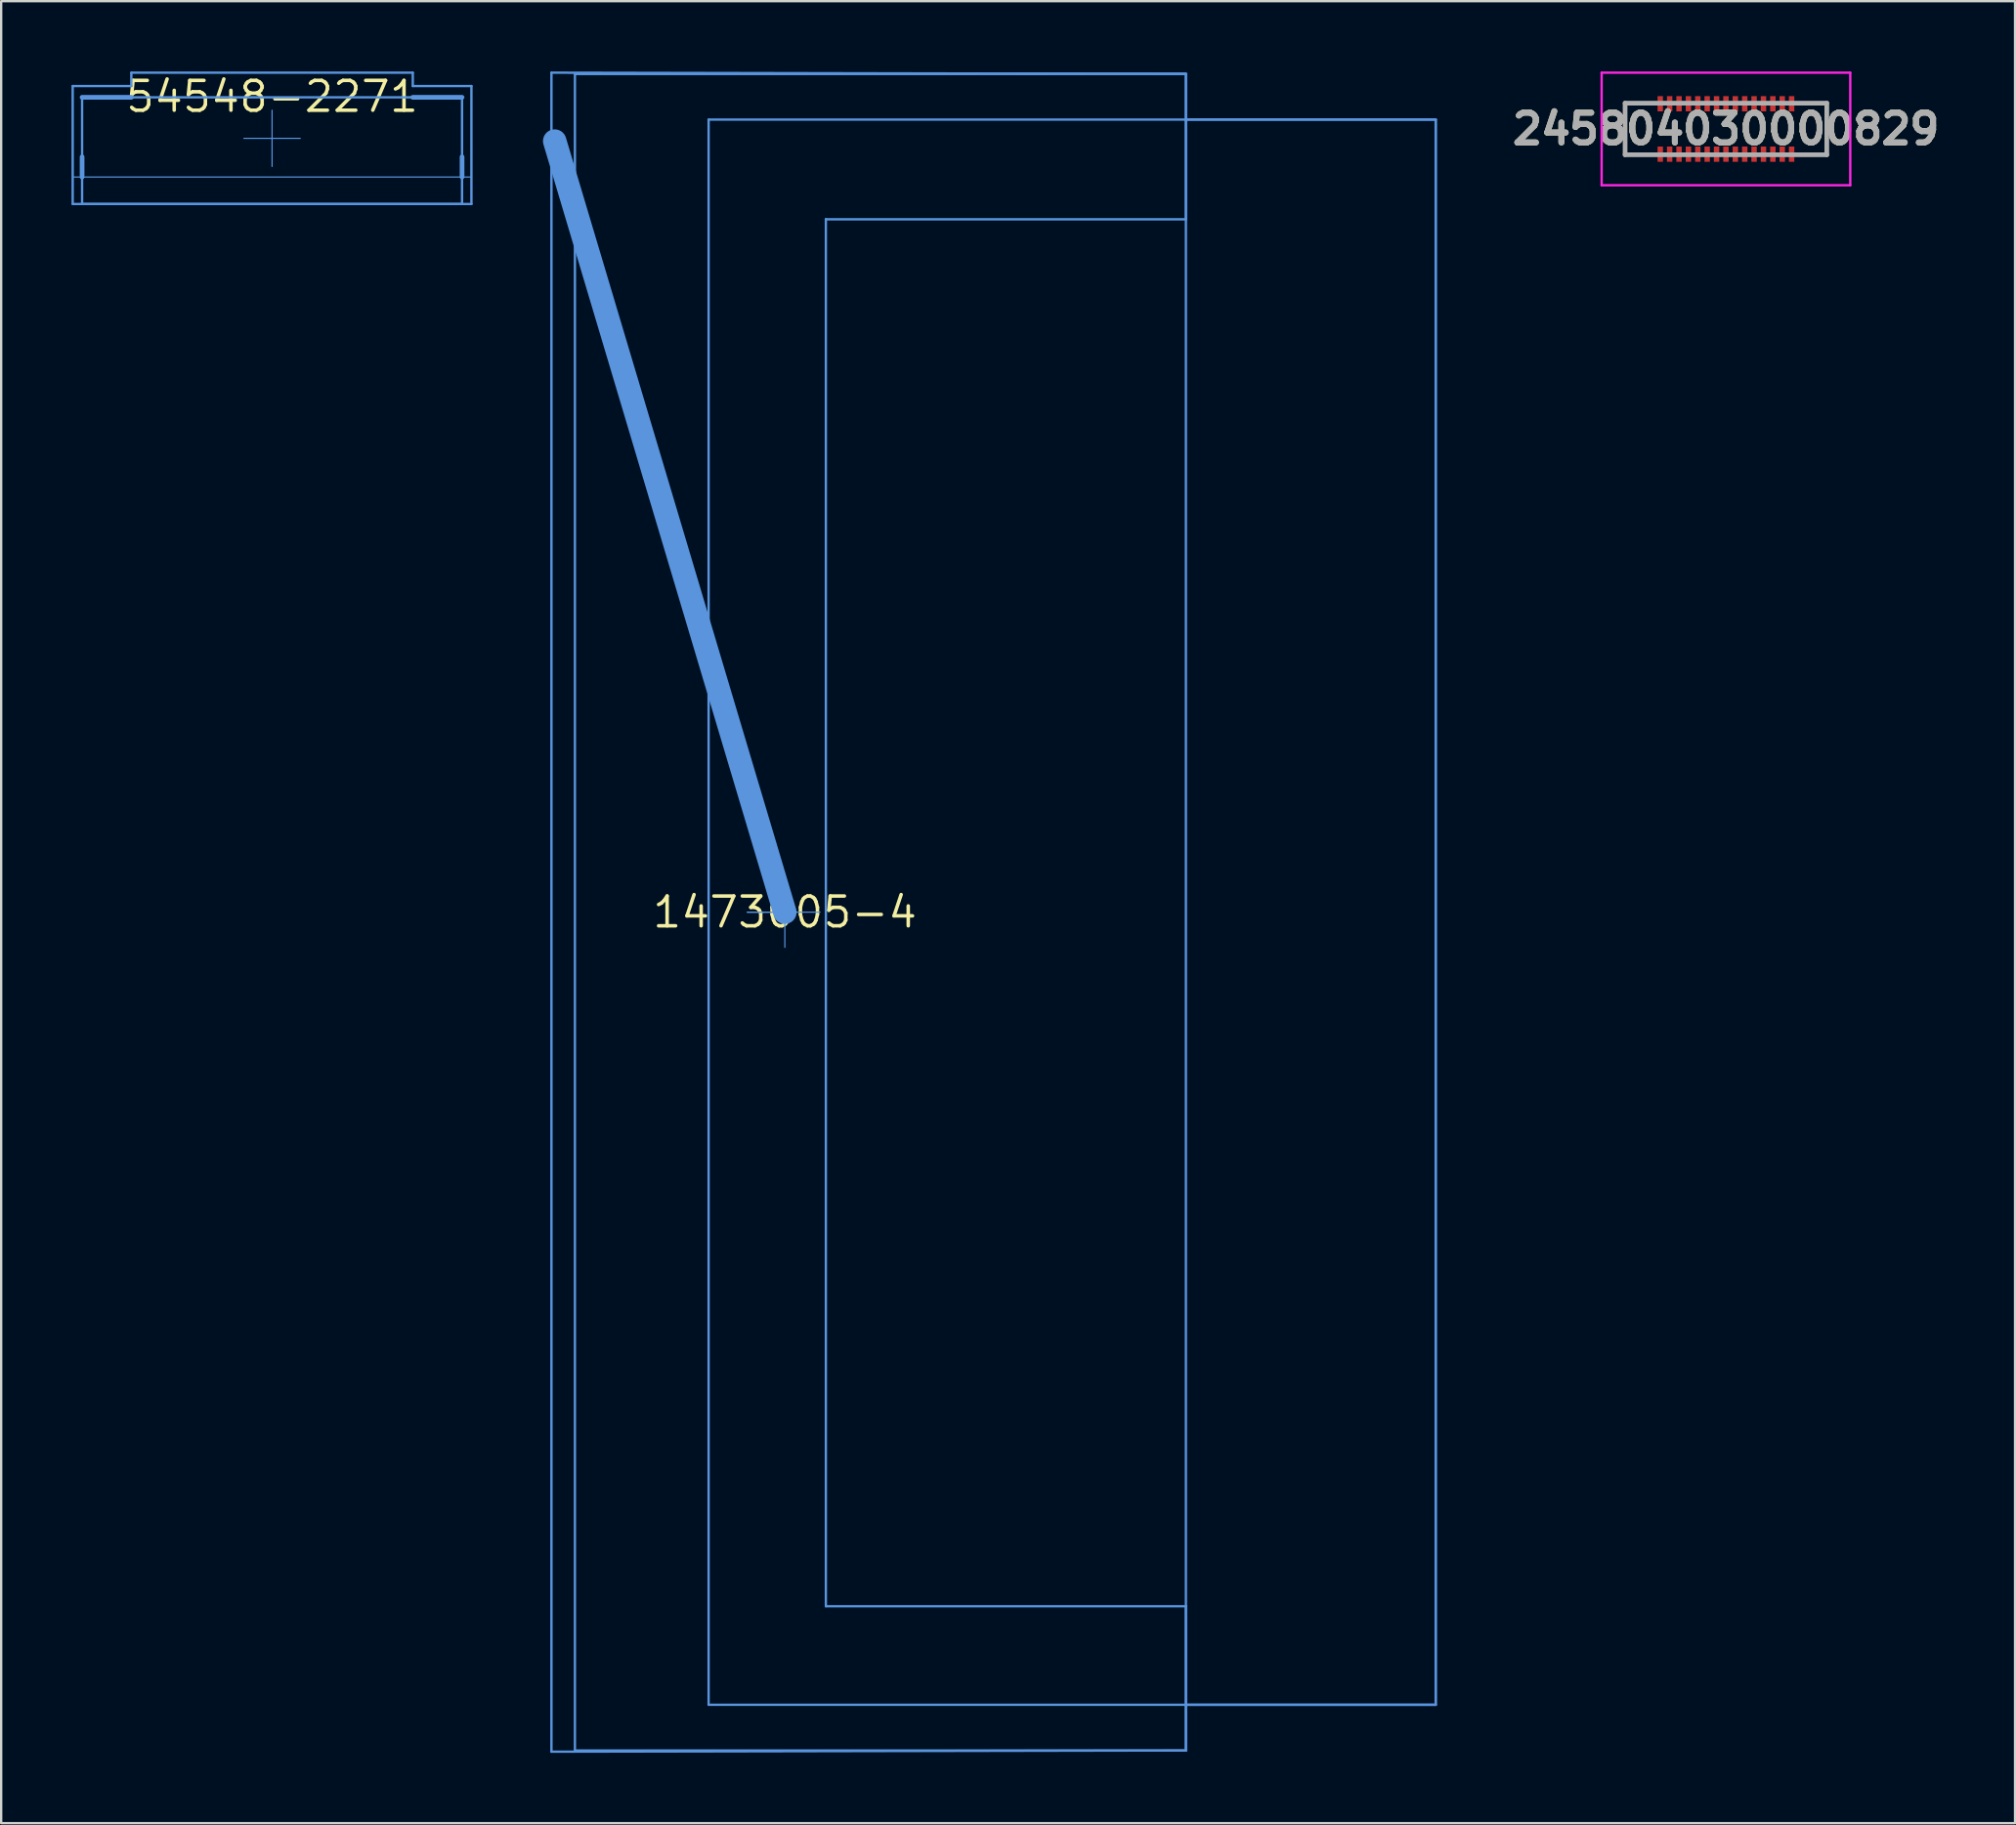
<source format=kicad_pcb>
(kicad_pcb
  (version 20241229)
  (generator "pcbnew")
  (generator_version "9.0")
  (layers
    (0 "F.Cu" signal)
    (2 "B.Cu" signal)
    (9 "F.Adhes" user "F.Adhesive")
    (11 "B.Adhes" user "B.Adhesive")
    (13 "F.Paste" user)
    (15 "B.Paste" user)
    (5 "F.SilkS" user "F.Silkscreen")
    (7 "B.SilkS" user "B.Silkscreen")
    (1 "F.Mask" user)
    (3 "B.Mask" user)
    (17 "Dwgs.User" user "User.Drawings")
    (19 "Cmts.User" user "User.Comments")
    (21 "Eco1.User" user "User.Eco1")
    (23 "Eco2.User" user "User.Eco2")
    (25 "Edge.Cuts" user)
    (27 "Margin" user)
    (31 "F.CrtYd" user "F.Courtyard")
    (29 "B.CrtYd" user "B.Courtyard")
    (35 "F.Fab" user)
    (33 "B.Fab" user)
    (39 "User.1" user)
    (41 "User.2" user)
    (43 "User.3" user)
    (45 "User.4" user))
  (footprint "245804030000829"
    (layer "F.Cu")
    (at 70.537 2.45)
    (property "Reference" "245804030000829" (at 0 0 0) (layer "F.SilkS") (effects (font (size 1.27 1.27) (thickness 0.254))))
    (attr smd)
    (fp_line (start -4.3 -1.1) (end -4.3 1.075) (stroke (width 0.1) (type solid)) (layer "F.SilkS"))
    (fp_line (start -4.3 1.075) (end -3.2 1.075) (stroke (width 0.1) (type solid)) (layer "F.SilkS"))
    (fp_line (start -3.2 -1.1) (end -4.3 -1.1) (stroke (width 0.1) (type solid)) (layer "F.SilkS"))
    (fp_line (start 3.2 -1.1) (end 4.3 -1.1) (stroke (width 0.1) (type solid)) (layer "F.SilkS"))
    (fp_line (start 4.3 -1.1) (end 4.3 1.075) (stroke (width 0.1) (type solid)) (layer "F.SilkS"))
    (fp_line (start 4.3 1.075) (end 3.2 1.1) (stroke (width 0.1) (type solid)) (layer "F.SilkS"))
    (fp_line (start -5.3 -2.4) (end 5.3 -2.4) (stroke (width 0.1) (type solid)) (layer "F.CrtYd"))
    (fp_line (start -5.3 2.4) (end -5.3 -2.4) (stroke (width 0.1) (type solid)) (layer "F.CrtYd"))
    (fp_line (start 5.3 -2.4) (end 5.3 2.4) (stroke (width 0.1) (type solid)) (layer "F.CrtYd"))
    (fp_line (start 5.3 2.4) (end -5.3 2.4) (stroke (width 0.1) (type solid)) (layer "F.CrtYd"))
    (fp_line (start -4.3 -1.1) (end 4.3 -1.1) (stroke (width 0.2) (type solid)) (layer "F.Fab"))
    (fp_line (start -4.3 1.1) (end -4.3 -1.1) (stroke (width 0.2) (type solid)) (layer "F.Fab"))
    (fp_line (start 4.3 -1.1) (end 4.3 1.1) (stroke (width 0.2) (type solid)) (layer "F.Fab"))
    (fp_line (start 4.3 1.1) (end -4.3 1.1) (stroke (width 0.2) (type solid)) (layer "F.Fab"))
    (fp_text user "${REFERENCE}" (at 0 0 0) (layer "F.Fab") (effects (font (size 1.27 1.27) (thickness 0.254))))
    (pad "1" smd rect (at -2.8 1.075) (size 0.23 0.65) (layers "F.Cu" "F.Mask" "F.Paste"))
    (pad "2" smd rect (at -2.8 -1.075) (size 0.23 0.65) (layers "F.Cu" "F.Mask" "F.Paste"))
    (pad "3" smd rect (at -2.4 1.075) (size 0.23 0.65) (layers "F.Cu" "F.Mask" "F.Paste"))
    (pad "4" smd rect (at -2.4 -1.075) (size 0.23 0.65) (layers "F.Cu" "F.Mask" "F.Paste"))
    (pad "5" smd rect (at -2 1.075) (size 0.23 0.65) (layers "F.Cu" "F.Mask" "F.Paste"))
    (pad "6" smd rect (at -2 -1.075) (size 0.23 0.65) (layers "F.Cu" "F.Mask" "F.Paste"))
    (pad "7" smd rect (at -1.6 1.075) (size 0.23 0.65) (layers "F.Cu" "F.Mask" "F.Paste"))
    (pad "8" smd rect (at -1.6 -1.075) (size 0.23 0.65) (layers "F.Cu" "F.Mask" "F.Paste"))
    (pad "9" smd rect (at -1.2 1.075) (size 0.23 0.65) (layers "F.Cu" "F.Mask" "F.Paste"))
    (pad "10" smd rect (at -1.2 -1.075) (size 0.23 0.65) (layers "F.Cu" "F.Mask" "F.Paste"))
    (pad "11" smd rect (at -0.8 1.075) (size 0.23 0.65) (layers "F.Cu" "F.Mask" "F.Paste"))
    (pad "12" smd rect (at -0.8 -1.075) (size 0.23 0.65) (layers "F.Cu" "F.Mask" "F.Paste"))
    (pad "13" smd rect (at -0.4 1.075) (size 0.23 0.65) (layers "F.Cu" "F.Mask" "F.Paste"))
    (pad "14" smd rect (at -0.4 -1.075) (size 0.23 0.65) (layers "F.Cu" "F.Mask" "F.Paste"))
    (pad "15" smd rect (at 0 1.075) (size 0.23 0.65) (layers "F.Cu" "F.Mask" "F.Paste"))
    (pad "16" smd rect (at 0 -1.075) (size 0.23 0.65) (layers "F.Cu" "F.Mask" "F.Paste"))
    (pad "17" smd rect (at 0.4 1.075) (size 0.23 0.65) (layers "F.Cu" "F.Mask" "F.Paste"))
    (pad "18" smd rect (at 0.4 -1.075) (size 0.23 0.65) (layers "F.Cu" "F.Mask" "F.Paste"))
    (pad "19" smd rect (at 0.8 1.075) (size 0.23 0.65) (layers "F.Cu" "F.Mask" "F.Paste"))
    (pad "20" smd rect (at 0.8 -1.075) (size 0.23 0.65) (layers "F.Cu" "F.Mask" "F.Paste"))
    (pad "21" smd rect (at 1.2 1.075) (size 0.23 0.65) (layers "F.Cu" "F.Mask" "F.Paste"))
    (pad "22" smd rect (at 1.2 -1.075) (size 0.23 0.65) (layers "F.Cu" "F.Mask" "F.Paste"))
    (pad "23" smd rect (at 1.6 1.075) (size 0.23 0.65) (layers "F.Cu" "F.Mask" "F.Paste"))
    (pad "24" smd rect (at 1.6 -1.075) (size 0.23 0.65) (layers "F.Cu" "F.Mask" "F.Paste"))
    (pad "25" smd rect (at 2 1.075) (size 0.23 0.65) (layers "F.Cu" "F.Mask" "F.Paste"))
    (pad "26" smd rect (at 2 -1.075) (size 0.23 0.65) (layers "F.Cu" "F.Mask" "F.Paste"))
    (pad "27" smd rect (at 2.4 1.075) (size 0.23 0.65) (layers "F.Cu" "F.Mask" "F.Paste"))
    (pad "28" smd rect (at 2.4 -1.075) (size 0.23 0.65) (layers "F.Cu" "F.Mask" "F.Paste"))
    (pad "29" smd rect (at 2.8 1.075) (size 0.23 0.65) (layers "F.Cu" "F.Mask" "F.Paste"))
    (pad "30" smd rect (at 2.8 -1.075) (size 0.23 0.65) (layers "F.Cu" "F.Mask" "F.Paste")))
  (footprint "54548-2271"
    (layer "F.Cu")
    (at 8.55 1.069)
    (property "Reference" "54548-2271" (at 0 0 0) (layer "F.SilkS") (effects (font (size 1.27 1.27) (thickness 0.15))))
    (attr through_hole)
    (fp_line (start -8.5 -0.45) (end -6 -0.45) (stroke (width 0.05) (type solid)) (layer "Cmts.User"))
    (fp_line (start -8.5 -0.45) (end -6 -0.45) (stroke (width 0.1) (type solid)) (layer "Cmts.User"))
    (fp_line (start -8.5 3.431) (end 8.5 3.431) (stroke (width 0.05) (type solid)) (layer "Cmts.User"))
    (fp_line (start -8.5 4.581) (end -8.5 -0.45) (stroke (width 0.05) (type solid)) (layer "Cmts.User"))
    (fp_line (start -8.5 4.581) (end -8.5 -0.45) (stroke (width 0.1) (type solid)) (layer "Cmts.User"))
    (fp_line (start -8.5 4.581) (end 8.5 4.581) (stroke (width 0.05) (type solid)) (layer "Cmts.User"))
    (fp_line (start -8.5 4.581) (end 8.5 4.581) (stroke (width 0.1) (type solid)) (layer "Cmts.User"))
    (fp_line (start -8.1 0.031) (end -6 0.031) (stroke (width 0.2) (type solid)) (layer "Cmts.User"))
    (fp_line (start -8.1 0.031) (end 8.1 0.031) (stroke (width 0.1) (type solid)) (layer "Cmts.User"))
    (fp_line (start -8.1 3.431) (end -8.1 2.571) (stroke (width 0.2) (type solid)) (layer "Cmts.User"))
    (fp_line (start -8.1 4.581) (end -8.1 0.031) (stroke (width 0.1) (type solid)) (layer "Cmts.User"))
    (fp_line (start -8.1 4.581) (end 8.1 4.581) (stroke (width 0.1) (type solid)) (layer "Cmts.User"))
    (fp_line (start -6 -1.019) (end 6 -1.019) (stroke (width 0.05) (type solid)) (layer "Cmts.User"))
    (fp_line (start -6 -1.019) (end 6 -1.019) (stroke (width 0.1) (type solid)) (layer "Cmts.User"))
    (fp_line (start -6 -0.45) (end -6 -1.019) (stroke (width 0.05) (type solid)) (layer "Cmts.User"))
    (fp_line (start -6 -0.45) (end -6 -1.019) (stroke (width 0.1) (type solid)) (layer "Cmts.User"))
    (fp_line (start -1.2 1.781) (end -0.00004 1.781) (stroke (width 0.05) (type solid)) (layer "Cmts.User"))
    (fp_line (start -0.00004 1.781) (end -0.00004 0.581) (stroke (width 0.05) (type solid)) (layer "Cmts.User"))
    (fp_line (start -0.00004 1.781) (end 1.2 1.781) (stroke (width 0.05) (type solid)) (layer "Cmts.User"))
    (fp_line (start -0.00004 2.981) (end -0.00004 1.781) (stroke (width 0.05) (type solid)) (layer "Cmts.User"))
    (fp_line (start 6 -0.45) (end 6 -1.019) (stroke (width 0.05) (type solid)) (layer "Cmts.User"))
    (fp_line (start 6 -0.45) (end 6 -1.019) (stroke (width 0.1) (type solid)) (layer "Cmts.User"))
    (fp_line (start 6 -0.45) (end 8.5 -0.45) (stroke (width 0.05) (type solid)) (layer "Cmts.User"))
    (fp_line (start 6 -0.45) (end 8.5 -0.45) (stroke (width 0.1) (type solid)) (layer "Cmts.User"))
    (fp_line (start 6 0.031) (end 8.1 0.031) (stroke (width 0.2) (type solid)) (layer "Cmts.User"))
    (fp_line (start 8.1 3.431) (end 8.1 2.571) (stroke (width 0.2) (type solid)) (layer "Cmts.User"))
    (fp_line (start 8.1 4.581) (end 8.1 0.031) (stroke (width 0.1) (type solid)) (layer "Cmts.User"))
    (fp_line (start 8.5 4.581) (end 8.5 -0.45) (stroke (width 0.05) (type solid)) (layer "Cmts.User"))
    (fp_line (start 8.5 4.581) (end 8.5 -0.45) (stroke (width 0.1) (type solid)) (layer "Cmts.User")))
  (footprint "1473005-4"
    (layer "F.Cu")
    (at 30.412 35.851)
    (property "Reference" "1473005-4" (at 0 0 0) (layer "F.SilkS") (effects (font (size 1.27 1.27) (thickness 0.15))))
    (attr through_hole)
    (fp_line (start -9.95 -35.801) (end 17.1 -35.75) (stroke (width 0.05) (type solid)) (layer "Cmts.User"))
    (fp_line (start -9.95 -35.801) (end 17.1 -35.75) (stroke (width 0.1) (type solid)) (layer "Cmts.User"))
    (fp_line (start -9.95 35.8) (end -9.95 -35.8) (stroke (width 0.1) (type solid)) (layer "Cmts.User"))
    (fp_line (start -9.95 35.801) (end -9.95 -35.801) (stroke (width 0.05) (type solid)) (layer "Cmts.User"))
    (fp_line (start -9.95 35.801) (end 17.1 35.75) (stroke (width 0.05) (type solid)) (layer "Cmts.User"))
    (fp_line (start -9.95 35.801) (end 17.1 35.75) (stroke (width 0.1) (type solid)) (layer "Cmts.User"))
    (fp_line (start -8.95 -35.75) (end 17.1 -35.75) (stroke (width 0.1) (type solid)) (layer "Cmts.User"))
    (fp_line (start -8.95 35.75) (end -8.95 -35.75) (stroke (width 0.1) (type solid)) (layer "Cmts.User"))
    (fp_line (start -8.95 35.75) (end 17.1 35.75) (stroke (width 0.1) (type solid)) (layer "Cmts.User"))
    (fp_line (start -8.95 -35.75) (end 17.1 -35.75) (stroke (width 0.1) (type solid)) (layer "Cmts.User"))
    (fp_line (start -3.25 -33.8) (end 17.1 -33.8) (stroke (width 0.1) (type solid)) (layer "Cmts.User"))
    (fp_line (start -3.25 33.8) (end -3.25 -33.8) (stroke (width 0.1) (type solid)) (layer "Cmts.User"))
    (fp_line (start -3.25 33.8) (end 17.1 33.8) (stroke (width 0.1) (type solid)) (layer "Cmts.User"))
    (fp_line (start -1.6 0) (end 0 0) (stroke (width 0.05) (type solid)) (layer "Cmts.User"))
    (fp_line (start -1.6 0) (end 0 0) (stroke (width 0.05) (type solid)) (layer "Cmts.User"))
    (fp_line (start 0 0) (end -9.812 -32.884) (stroke (width 1) (type solid)) (layer "Cmts.User"))
    (fp_line (start 0 0) (end 0 -1.6) (stroke (width 0.05) (type solid)) (layer "Cmts.User"))
    (fp_line (start 0 0) (end 1.5 0) (stroke (width 0.05) (type solid)) (layer "Cmts.User"))
    (fp_line (start 0 1.5) (end 0 0) (stroke (width 0.05) (type solid)) (layer "Cmts.User"))
    (fp_line (start 1.75 -29.55) (end 1.75 -29.55) (stroke (width 0.1) (type solid)) (layer "Cmts.User"))
    (fp_line (start 1.75 -29.55) (end 17.1 -29.55) (stroke (width 0.05) (type solid)) (layer "Cmts.User"))
    (fp_line (start 1.75 -29.55) (end 17.1 -29.55) (stroke (width 0.1) (type solid)) (layer "Cmts.User"))
    (fp_line (start 1.75 29.6) (end 1.75 -29.55) (stroke (width 0.05) (type solid)) (layer "Cmts.User"))
    (fp_line (start 1.75 29.6) (end 1.75 -29.55) (stroke (width 0.1) (type solid)) (layer "Cmts.User"))
    (fp_line (start 1.75 29.6) (end 17.1 29.6) (stroke (width 0.1) (type solid)) (layer "Cmts.User"))
    (fp_line (start 1.75 29.6) (end 17.1 29.6) (stroke (width 0.05) (type solid)) (layer "Cmts.User"))
    (fp_line (start 17.1 -33.8) (end 17.1 -33.8) (stroke (width 0.1) (type solid)) (layer "Cmts.User"))
    (fp_line (start 17.1 -29.55) (end 17.1 -33.8) (stroke (width 0.1) (type solid)) (layer "Cmts.User"))
    (fp_line (start 17.1 -29.55) (end 17.1 -35.75) (stroke (width 0.05) (type solid)) (layer "Cmts.User"))
    (fp_line (start 17.1 29.6) (end 17.1 29.6) (stroke (width 0.1) (type solid)) (layer "Cmts.User"))
    (fp_line (start 17.1 29.6) (end 17.1 29.6) (stroke (width 0.1) (type solid)) (layer "Cmts.User"))
    (fp_line (start 17.1 29.6) (end 17.1 35.75) (stroke (width 0.05) (type solid)) (layer "Cmts.User"))
    (fp_line (start 17.1 -33.8) (end 17.1 -35.75) (stroke (width 0.1) (type solid)) (layer "Cmts.User"))
    (fp_line (start 17.1 -33.8) (end 17.1 -35.75) (stroke (width 0.1) (type solid)) (layer "Cmts.User"))
    (fp_line (start 17.1 -33.8) (end 27.75 -33.8) (stroke (width 0.1) (type solid)) (layer "Cmts.User"))
    (fp_line (start 17.1 -33.8) (end 27.75 -33.8) (stroke (width 0.1) (type solid)) (layer "Cmts.User"))
    (fp_line (start 17.1 -33.8) (end 27.75 -33.8) (stroke (width 0.05) (type solid)) (layer "Cmts.User"))
    (fp_line (start 17.1 33.8) (end 17.1 -33.8) (stroke (width 0.1) (type solid)) (layer "Cmts.User"))
    (fp_line (start 17.1 33.8) (end 27.75 33.8) (stroke (width 0.1) (type solid)) (layer "Cmts.User"))
    (fp_line (start 17.1 33.8) (end 17.1 29.6) (stroke (width 0.1) (type solid)) (layer "Cmts.User"))
    (fp_line (start 17.1 33.8) (end 17.1 35.75) (stroke (width 0.1) (type solid)) (layer "Cmts.User"))
    (fp_line (start 17.1 33.8) (end 17.1 35.75) (stroke (width 0.1) (type solid)) (layer "Cmts.User"))
    (fp_line (start 17.1 33.8) (end 27.75 33.8) (stroke (width 0.05) (type solid)) (layer "Cmts.User"))
    (fp_line (start 17.1 33.8) (end 27.75 33.8) (stroke (width 0.1) (type solid)) (layer "Cmts.User"))
    (fp_line (start 27.75 33.8) (end 27.75 -33.8) (stroke (width 0.1) (type solid)) (layer "Cmts.User"))
    (fp_line (start 27.75 33.8) (end 27.75 -33.8) (stroke (width 0.1) (type solid)) (layer "Cmts.User"))
    (fp_line (start 27.75 33.8) (end 27.75 -33.8) (stroke (width 0.05) (type solid)) (layer "Cmts.User")))
  (gr_rect
    (start -3 -3)
    (end 82.863 74.701)
    (stroke (width 0.1) (type default))
    (fill no)
    (layer "Edge.Cuts")))
</source>
